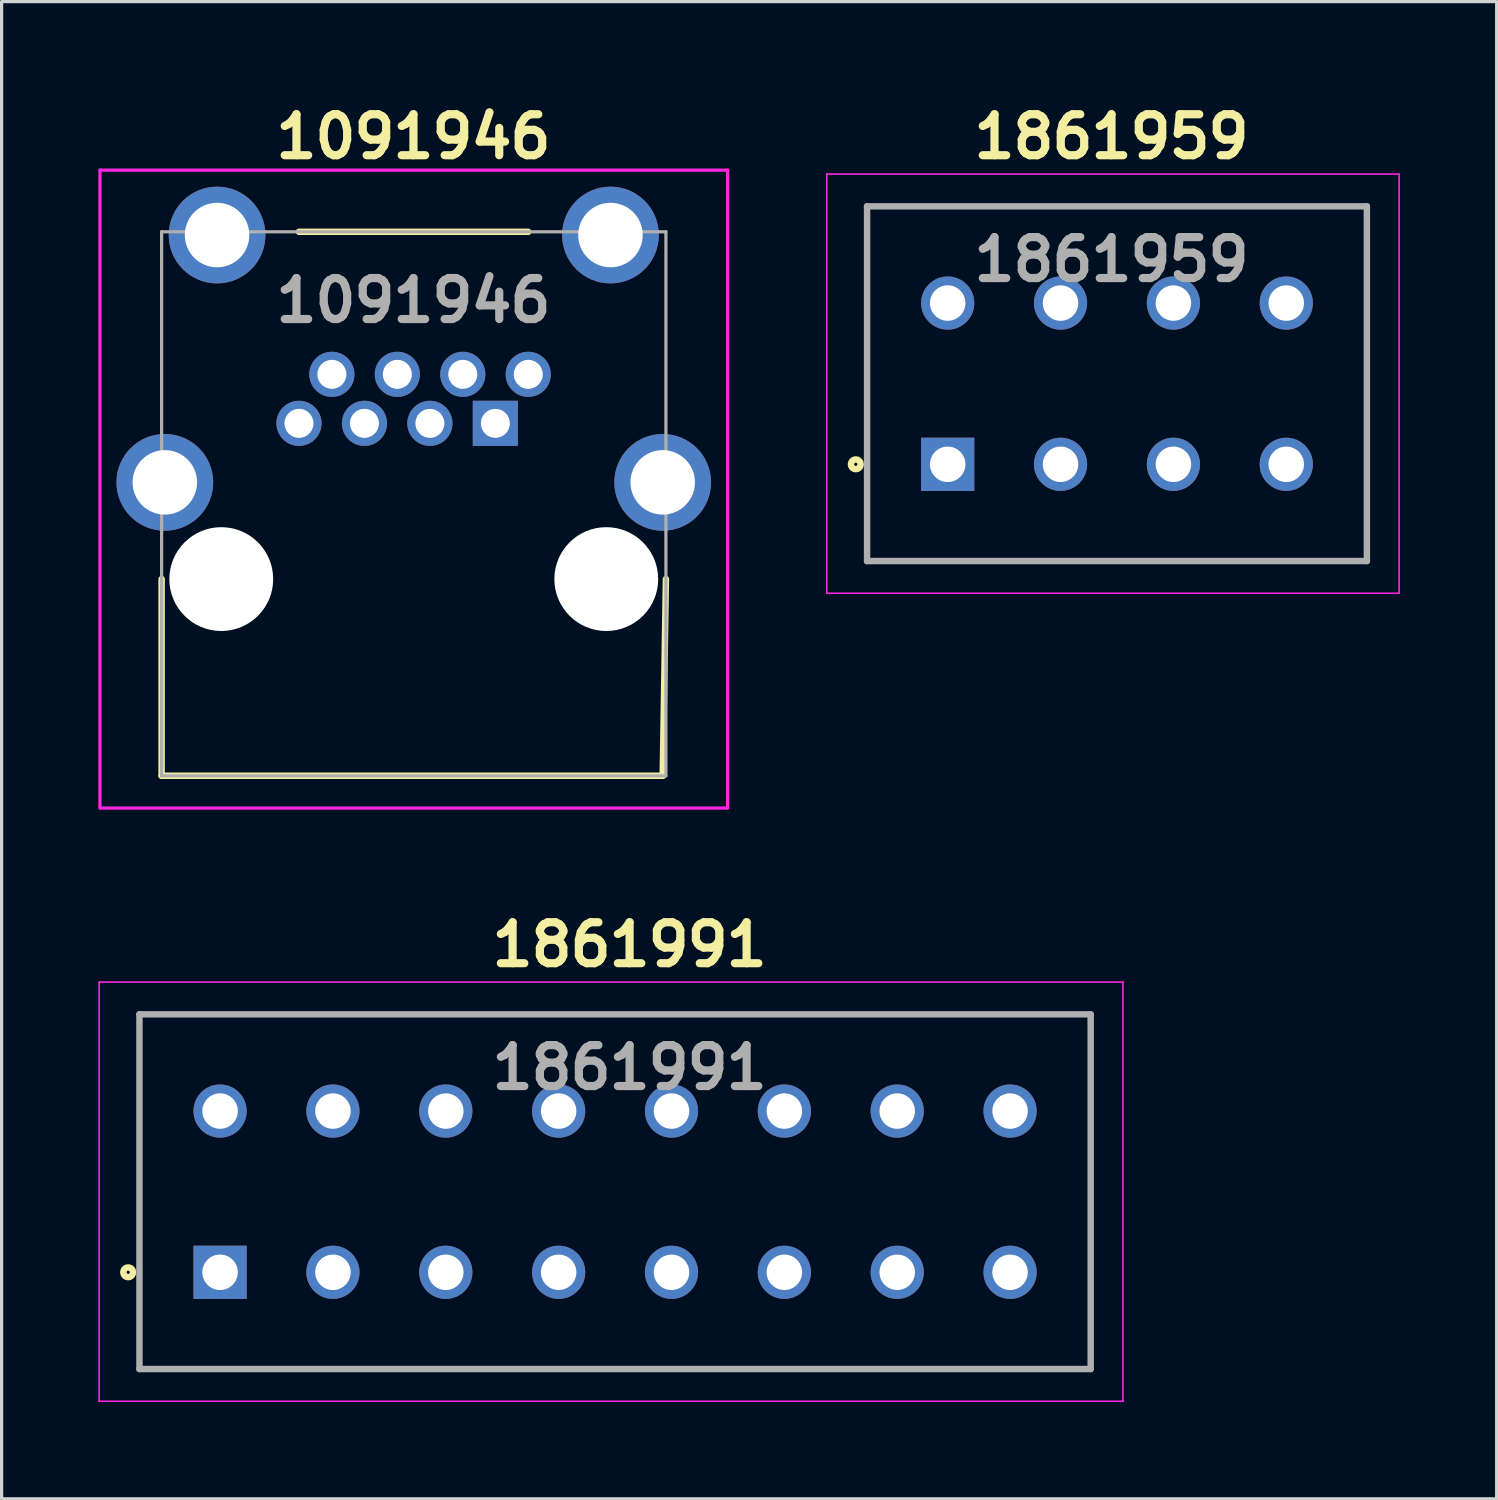
<source format=kicad_pcb>
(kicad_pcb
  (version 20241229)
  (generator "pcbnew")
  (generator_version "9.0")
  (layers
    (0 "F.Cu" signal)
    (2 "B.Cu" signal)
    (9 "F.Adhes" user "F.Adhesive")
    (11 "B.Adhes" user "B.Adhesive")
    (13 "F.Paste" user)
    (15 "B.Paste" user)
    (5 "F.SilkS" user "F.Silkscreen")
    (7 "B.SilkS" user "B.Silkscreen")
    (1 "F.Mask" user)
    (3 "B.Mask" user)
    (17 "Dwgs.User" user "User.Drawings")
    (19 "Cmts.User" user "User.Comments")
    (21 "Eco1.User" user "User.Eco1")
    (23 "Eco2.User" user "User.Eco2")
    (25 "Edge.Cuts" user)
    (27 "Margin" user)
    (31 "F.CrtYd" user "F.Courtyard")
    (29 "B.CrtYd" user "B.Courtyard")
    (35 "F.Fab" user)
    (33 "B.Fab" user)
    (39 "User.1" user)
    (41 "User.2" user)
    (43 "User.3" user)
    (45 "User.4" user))
  (footprint "1861991"
    (layer "F.Cu")
    (at 3.775 36.407)
    (property "Reference" "1861991" (at 12.7 -10.16 0) (layer "F.SilkS") (effects (font (size 1.27 1.27) (thickness 0.254))))
    (attr through_hole)
    (fp_line (start -2.5 -8) (end 27 -8) (stroke (width 0.1) (type solid)) (layer "F.SilkS"))
    (fp_line (start -2.5 3) (end -2.5 -8) (stroke (width 0.1) (type solid)) (layer "F.SilkS"))
    (fp_line (start 27 -8) (end 27 3) (stroke (width 0.1) (type solid)) (layer "F.SilkS"))
    (fp_line (start 27 3) (end -2.5 3) (stroke (width 0.1) (type solid)) (layer "F.SilkS"))
    (fp_circle (center -2.85 0) (end -2.85 0.05) (stroke (width 0.2) (type solid)) (fill no) (layer "F.SilkS"))
    (fp_line (start -3.75 -9) (end 28 -9) (stroke (width 0.05) (type solid)) (layer "F.CrtYd"))
    (fp_line (start -3.75 4) (end -3.75 -9) (stroke (width 0.05) (type solid)) (layer "F.CrtYd"))
    (fp_line (start 28 -9) (end 28 4) (stroke (width 0.05) (type solid)) (layer "F.CrtYd"))
    (fp_line (start 28 4) (end -3.75 4) (stroke (width 0.05) (type solid)) (layer "F.CrtYd"))
    (fp_line (start -2.5 -8) (end 27 -8) (stroke (width 0.2) (type solid)) (layer "F.Fab"))
    (fp_line (start -2.5 3) (end -2.5 -8) (stroke (width 0.2) (type solid)) (layer "F.Fab"))
    (fp_line (start 27 -8) (end 27 3) (stroke (width 0.2) (type solid)) (layer "F.Fab"))
    (fp_line (start 27 3) (end -2.5 3) (stroke (width 0.2) (type solid)) (layer "F.Fab"))
    (fp_text user "${REFERENCE}" (at 12.7 -6.35 0) (layer "F.Fab") (effects (font (size 1.27 1.27) (thickness 0.254))))
    (pad "1" thru_hole rect (at 0 0) (size 1.65 1.65) (drill 1.1) (layers "*.Cu" "*.Mask"))
    (pad "2" thru_hole circle (at 0 -5) (size 1.65 1.65) (drill 1.1) (layers "*.Cu" "*.Mask"))
    (pad "3" thru_hole circle (at 3.5 0) (size 1.65 1.65) (drill 1.1) (layers "*.Cu" "*.Mask"))
    (pad "4" thru_hole circle (at 3.5 -5) (size 1.65 1.65) (drill 1.1) (layers "*.Cu" "*.Mask"))
    (pad "5" thru_hole circle (at 7 0) (size 1.65 1.65) (drill 1.1) (layers "*.Cu" "*.Mask"))
    (pad "6" thru_hole circle (at 7 -5) (size 1.65 1.65) (drill 1.1) (layers "*.Cu" "*.Mask"))
    (pad "7" thru_hole circle (at 10.5 0) (size 1.65 1.65) (drill 1.1) (layers "*.Cu" "*.Mask"))
    (pad "8" thru_hole circle (at 10.5 -5) (size 1.65 1.65) (drill 1.1) (layers "*.Cu" "*.Mask"))
    (pad "9" thru_hole circle (at 14 0) (size 1.65 1.65) (drill 1.1) (layers "*.Cu" "*.Mask"))
    (pad "10" thru_hole circle (at 14 -5) (size 1.65 1.65) (drill 1.1) (layers "*.Cu" "*.Mask"))
    (pad "11" thru_hole circle (at 17.5 0) (size 1.65 1.65) (drill 1.1) (layers "*.Cu" "*.Mask"))
    (pad "12" thru_hole circle (at 17.5 -5) (size 1.65 1.65) (drill 1.1) (layers "*.Cu" "*.Mask"))
    (pad "13" thru_hole circle (at 21 0) (size 1.65 1.65) (drill 1.1) (layers "*.Cu" "*.Mask"))
    (pad "14" thru_hole circle (at 21 -5) (size 1.65 1.65) (drill 1.1) (layers "*.Cu" "*.Mask"))
    (pad "15" thru_hole circle (at 24.5 0) (size 1.65 1.65) (drill 1.1) (layers "*.Cu" "*.Mask"))
    (pad "16" thru_hole circle (at 24.5 -5) (size 1.65 1.65) (drill 1.1) (layers "*.Cu" "*.Mask")))
  (footprint "1091946"
    (layer "F.Cu")
    (at 12.312 10.079)
    (property "Reference" "1091946" (at -2.54 -8.89 0) (layer "F.SilkS") (effects (font (size 1.27 1.27) (thickness 0.254))))
    (attr through_hole)
    (fp_line (start -10.35 4.83) (end -10.35 10.93) (stroke (width 0.2) (type solid)) (layer "F.SilkS"))
    (fp_line (start -10.35 10.93) (end 5.19 10.93) (stroke (width 0.2) (type solid)) (layer "F.SilkS"))
    (fp_line (start -6.09 -5.94) (end 1.02 -5.94) (stroke (width 0.2) (type solid)) (layer "F.SilkS"))
    (fp_line (start 5.19 10.93) (end 5.29 4.83) (stroke (width 0.2) (type solid)) (layer "F.SilkS"))
    (fp_line (start -12.262 -7.852) (end 7.203 -7.852) (stroke (width 0.1) (type solid)) (layer "F.CrtYd"))
    (fp_line (start -12.262 11.93) (end -12.262 -7.852) (stroke (width 0.1) (type solid)) (layer "F.CrtYd"))
    (fp_line (start 7.203 -7.852) (end 7.203 11.93) (stroke (width 0.1) (type solid)) (layer "F.CrtYd"))
    (fp_line (start 7.203 11.93) (end -12.262 11.93) (stroke (width 0.1) (type solid)) (layer "F.CrtYd"))
    (fp_line (start -10.35 -5.94) (end -10.35 10.93) (stroke (width 0.1) (type solid)) (layer "F.Fab"))
    (fp_line (start -10.35 10.93) (end 5.29 10.93) (stroke (width 0.1) (type solid)) (layer "F.Fab"))
    (fp_line (start 5.29 -5.94) (end -10.35 -5.94) (stroke (width 0.1) (type solid)) (layer "F.Fab"))
    (fp_line (start 5.29 10.93) (end 5.29 -5.94) (stroke (width 0.1) (type solid)) (layer "F.Fab"))
    (fp_text user "${REFERENCE}" (at -2.54 -3.81 0) (layer "F.Fab") (effects (font (size 1.27 1.27) (thickness 0.254))))
    (pad "" np_thru_hole circle (at -8.5 4.83) (size 3.22 3.22) (drill 3.22) (layers "*.Cu" "*.Mask"))
    (pad "" np_thru_hole circle (at 3.44 4.83) (size 3.22 3.22) (drill 3.22) (layers "*.Cu" "*.Mask"))
    (pad "1" thru_hole rect (at 0 0) (size 1.4 1.4) (drill 0.9) (layers "*.Cu" "*.Mask"))
    (pad "2" thru_hole circle (at 1.02 -1.52) (size 1.4 1.4) (drill 0.9) (layers "*.Cu" "*.Mask"))
    (pad "3" thru_hole circle (at -1.01 -1.52) (size 1.4 1.4) (drill 0.9) (layers "*.Cu" "*.Mask"))
    (pad "4" thru_hole circle (at -3.04 -1.52) (size 1.4 1.4) (drill 0.9) (layers "*.Cu" "*.Mask"))
    (pad "5" thru_hole circle (at -2.03 0) (size 1.4 1.4) (drill 0.9) (layers "*.Cu" "*.Mask"))
    (pad "6" thru_hole circle (at -4.06 0) (size 1.4 1.4) (drill 0.9) (layers "*.Cu" "*.Mask"))
    (pad "7" thru_hole circle (at -6.09 0) (size 1.4 1.4) (drill 0.9) (layers "*.Cu" "*.Mask"))
    (pad "8" thru_hole circle (at -5.07 -1.52) (size 1.4 1.4) (drill 0.9) (layers "*.Cu" "*.Mask"))
    (pad "MH1" thru_hole circle (at 5.19 1.83) (size 3 3) (drill 2) (layers "*.Cu" "*.Mask"))
    (pad "MH2" thru_hole circle (at -10.25 1.83) (size 3 3) (drill 2) (layers "*.Cu" "*.Mask"))
    (pad "MH3" thru_hole circle (at 3.57 -5.84) (size 3 3) (drill 2) (layers "*.Cu" "*.Mask"))
    (pad "MH4" thru_hole circle (at -8.63 -5.84) (size 3 3) (drill 2) (layers "*.Cu" "*.Mask")))
  (footprint "1861959"
    (layer "F.Cu")
    (at 26.34 11.349)
    (property "Reference" "1861959" (at 5.08 -10.16 0) (layer "F.SilkS") (effects (font (size 1.27 1.27) (thickness 0.254))))
    (attr through_hole)
    (fp_line (start -2.5 -8) (end 13 -8) (stroke (width 0.1) (type solid)) (layer "F.SilkS"))
    (fp_line (start -2.5 3) (end -2.5 -8) (stroke (width 0.1) (type solid)) (layer "F.SilkS"))
    (fp_line (start 13 -8) (end 13 3) (stroke (width 0.1) (type solid)) (layer "F.SilkS"))
    (fp_line (start 13 3) (end -2.5 3) (stroke (width 0.1) (type solid)) (layer "F.SilkS"))
    (fp_circle (center -2.85 0) (end -2.85 0.05) (stroke (width 0.2) (type solid)) (fill no) (layer "F.SilkS"))
    (fp_line (start -3.75 -9) (end 14 -9) (stroke (width 0.05) (type solid)) (layer "F.CrtYd"))
    (fp_line (start -3.75 4) (end -3.75 -9) (stroke (width 0.05) (type solid)) (layer "F.CrtYd"))
    (fp_line (start 14 -9) (end 14 4) (stroke (width 0.05) (type solid)) (layer "F.CrtYd"))
    (fp_line (start 14 4) (end -3.75 4) (stroke (width 0.05) (type solid)) (layer "F.CrtYd"))
    (fp_line (start -2.5 -8) (end 13 -8) (stroke (width 0.2) (type solid)) (layer "F.Fab"))
    (fp_line (start -2.5 3) (end -2.5 -8) (stroke (width 0.2) (type solid)) (layer "F.Fab"))
    (fp_line (start 13 -8) (end 13 3) (stroke (width 0.2) (type solid)) (layer "F.Fab"))
    (fp_line (start 13 3) (end -2.5 3) (stroke (width 0.2) (type solid)) (layer "F.Fab"))
    (fp_text user "${REFERENCE}" (at 5.08 -6.35 0) (layer "F.Fab") (effects (font (size 1.27 1.27) (thickness 0.254))))
    (pad "1" thru_hole rect (at 0 0) (size 1.65 1.65) (drill 1.1) (layers "*.Cu" "*.Mask"))
    (pad "2" thru_hole circle (at 0 -5) (size 1.65 1.65) (drill 1.1) (layers "*.Cu" "*.Mask"))
    (pad "3" thru_hole circle (at 3.5 0) (size 1.65 1.65) (drill 1.1) (layers "*.Cu" "*.Mask"))
    (pad "4" thru_hole circle (at 3.5 -5) (size 1.65 1.65) (drill 1.1) (layers "*.Cu" "*.Mask"))
    (pad "5" thru_hole circle (at 7 0) (size 1.65 1.65) (drill 1.1) (layers "*.Cu" "*.Mask"))
    (pad "6" thru_hole circle (at 7 -5) (size 1.65 1.65) (drill 1.1) (layers "*.Cu" "*.Mask"))
    (pad "7" thru_hole circle (at 10.5 0) (size 1.65 1.65) (drill 1.1) (layers "*.Cu" "*.Mask"))
    (pad "8" thru_hole circle (at 10.5 -5) (size 1.65 1.65) (drill 1.1) (layers "*.Cu" "*.Mask")))
  (gr_rect
    (start -3 -3)
    (end 43.365 43.432)
    (stroke (width 0.1) (type default))
    (fill no)
    (layer "Edge.Cuts")))
</source>
